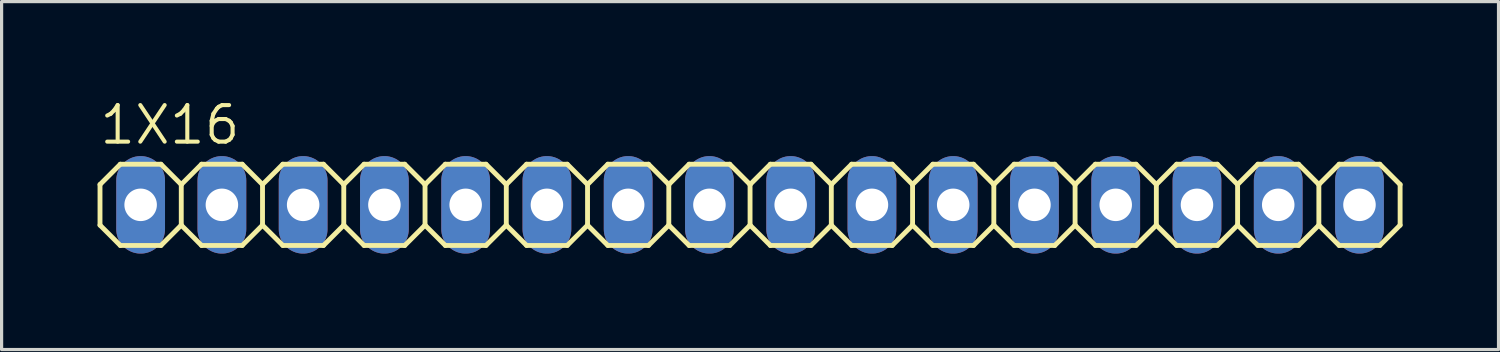
<source format=kicad_pcb>
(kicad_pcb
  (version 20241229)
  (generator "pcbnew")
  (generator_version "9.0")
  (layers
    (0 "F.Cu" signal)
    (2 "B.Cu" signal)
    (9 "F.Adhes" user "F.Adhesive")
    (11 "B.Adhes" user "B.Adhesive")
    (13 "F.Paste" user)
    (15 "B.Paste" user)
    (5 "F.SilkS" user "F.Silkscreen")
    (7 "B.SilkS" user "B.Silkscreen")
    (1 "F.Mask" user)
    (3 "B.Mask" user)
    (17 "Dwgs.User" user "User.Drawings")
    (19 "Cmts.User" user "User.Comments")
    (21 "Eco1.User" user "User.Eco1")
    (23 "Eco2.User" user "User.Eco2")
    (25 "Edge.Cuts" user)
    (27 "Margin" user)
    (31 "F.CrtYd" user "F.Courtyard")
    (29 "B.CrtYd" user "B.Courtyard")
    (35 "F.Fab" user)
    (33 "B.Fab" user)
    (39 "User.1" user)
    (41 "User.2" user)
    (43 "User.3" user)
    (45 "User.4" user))
  (footprint "1X16"
    (layer "F.Cu")
    (at 20.396 3.353)
    (property "Reference" "1X16" (at -20.396 -1.829 0) (unlocked yes) (layer "F.SilkS") (effects (font (size 1.143 1.143) (thickness 0.127)) (justify left bottom)))
    (fp_line (start -20.32 -0.635) (end -20.32 0.635) (stroke (width 0.152) (type solid)) (layer "F.SilkS"))
    (fp_line (start -20.32 0.635) (end -19.685 1.27) (stroke (width 0.152) (type solid)) (layer "F.SilkS"))
    (fp_line (start -19.685 -1.27) (end -20.32 -0.635) (stroke (width 0.152) (type solid)) (layer "F.SilkS"))
    (fp_line (start -19.685 -1.27) (end -18.415 -1.27) (stroke (width 0.152) (type solid)) (layer "F.SilkS"))
    (fp_line (start -18.415 -1.27) (end -17.78 -0.635) (stroke (width 0.152) (type solid)) (layer "F.SilkS"))
    (fp_line (start -18.415 1.27) (end -19.685 1.27) (stroke (width 0.152) (type solid)) (layer "F.SilkS"))
    (fp_line (start -17.78 -0.635) (end -17.78 0.635) (stroke (width 0.152) (type solid)) (layer "F.SilkS"))
    (fp_line (start -17.78 -0.635) (end -17.145 -1.27) (stroke (width 0.152) (type solid)) (layer "F.SilkS"))
    (fp_line (start -17.78 0.635) (end -18.415 1.27) (stroke (width 0.152) (type solid)) (layer "F.SilkS"))
    (fp_line (start -17.145 -1.27) (end -15.875 -1.27) (stroke (width 0.152) (type solid)) (layer "F.SilkS"))
    (fp_line (start -17.145 1.27) (end -17.78 0.635) (stroke (width 0.152) (type solid)) (layer "F.SilkS"))
    (fp_line (start -15.875 -1.27) (end -15.24 -0.635) (stroke (width 0.152) (type solid)) (layer "F.SilkS"))
    (fp_line (start -15.875 1.27) (end -17.145 1.27) (stroke (width 0.152) (type solid)) (layer "F.SilkS"))
    (fp_line (start -15.24 -0.635) (end -15.24 0.635) (stroke (width 0.152) (type solid)) (layer "F.SilkS"))
    (fp_line (start -15.24 -0.635) (end -14.605 -1.27) (stroke (width 0.152) (type solid)) (layer "F.SilkS"))
    (fp_line (start -15.24 0.635) (end -15.875 1.27) (stroke (width 0.152) (type solid)) (layer "F.SilkS"))
    (fp_line (start -14.605 -1.27) (end -13.335 -1.27) (stroke (width 0.152) (type solid)) (layer "F.SilkS"))
    (fp_line (start -14.605 1.27) (end -15.24 0.635) (stroke (width 0.152) (type solid)) (layer "F.SilkS"))
    (fp_line (start -13.335 -1.27) (end -12.7 -0.635) (stroke (width 0.152) (type solid)) (layer "F.SilkS"))
    (fp_line (start -13.335 1.27) (end -14.605 1.27) (stroke (width 0.152) (type solid)) (layer "F.SilkS"))
    (fp_line (start -12.7 -0.635) (end -12.7 0.635) (stroke (width 0.152) (type solid)) (layer "F.SilkS"))
    (fp_line (start -12.7 0.635) (end -13.335 1.27) (stroke (width 0.152) (type solid)) (layer "F.SilkS"))
    (fp_line (start -12.7 0.635) (end -12.065 1.27) (stroke (width 0.152) (type solid)) (layer "F.SilkS"))
    (fp_line (start -12.065 -1.27) (end -12.7 -0.635) (stroke (width 0.152) (type solid)) (layer "F.SilkS"))
    (fp_line (start -12.065 -1.27) (end -10.795 -1.27) (stroke (width 0.152) (type solid)) (layer "F.SilkS"))
    (fp_line (start -10.795 -1.27) (end -10.16 -0.635) (stroke (width 0.152) (type solid)) (layer "F.SilkS"))
    (fp_line (start -10.795 1.27) (end -12.065 1.27) (stroke (width 0.152) (type solid)) (layer "F.SilkS"))
    (fp_line (start -10.16 -0.635) (end -10.16 0.635) (stroke (width 0.152) (type solid)) (layer "F.SilkS"))
    (fp_line (start -10.16 -0.635) (end -9.525 -1.27) (stroke (width 0.152) (type solid)) (layer "F.SilkS"))
    (fp_line (start -10.16 0.635) (end -10.795 1.27) (stroke (width 0.152) (type solid)) (layer "F.SilkS"))
    (fp_line (start -9.525 -1.27) (end -8.255 -1.27) (stroke (width 0.152) (type solid)) (layer "F.SilkS"))
    (fp_line (start -9.525 1.27) (end -10.16 0.635) (stroke (width 0.152) (type solid)) (layer "F.SilkS"))
    (fp_line (start -8.255 -1.27) (end -7.62 -0.635) (stroke (width 0.152) (type solid)) (layer "F.SilkS"))
    (fp_line (start -8.255 1.27) (end -9.525 1.27) (stroke (width 0.152) (type solid)) (layer "F.SilkS"))
    (fp_line (start -7.62 -0.635) (end -7.62 0.635) (stroke (width 0.152) (type solid)) (layer "F.SilkS"))
    (fp_line (start -7.62 -0.635) (end -6.985 -1.27) (stroke (width 0.152) (type solid)) (layer "F.SilkS"))
    (fp_line (start -7.62 0.635) (end -8.255 1.27) (stroke (width 0.152) (type solid)) (layer "F.SilkS"))
    (fp_line (start -6.985 -1.27) (end -5.715 -1.27) (stroke (width 0.152) (type solid)) (layer "F.SilkS"))
    (fp_line (start -6.985 1.27) (end -7.62 0.635) (stroke (width 0.152) (type solid)) (layer "F.SilkS"))
    (fp_line (start -5.715 -1.27) (end -5.08 -0.635) (stroke (width 0.152) (type solid)) (layer "F.SilkS"))
    (fp_line (start -5.715 1.27) (end -6.985 1.27) (stroke (width 0.152) (type solid)) (layer "F.SilkS"))
    (fp_line (start -5.08 -0.635) (end -5.08 0.635) (stroke (width 0.152) (type solid)) (layer "F.SilkS"))
    (fp_line (start -5.08 0.635) (end -5.715 1.27) (stroke (width 0.152) (type solid)) (layer "F.SilkS"))
    (fp_line (start -5.08 0.635) (end -4.445 1.27) (stroke (width 0.152) (type solid)) (layer "F.SilkS"))
    (fp_line (start -4.445 -1.27) (end -5.08 -0.635) (stroke (width 0.152) (type solid)) (layer "F.SilkS"))
    (fp_line (start -4.445 -1.27) (end -3.175 -1.27) (stroke (width 0.152) (type solid)) (layer "F.SilkS"))
    (fp_line (start -3.175 -1.27) (end -2.54 -0.635) (stroke (width 0.152) (type solid)) (layer "F.SilkS"))
    (fp_line (start -3.175 1.27) (end -4.445 1.27) (stroke (width 0.152) (type solid)) (layer "F.SilkS"))
    (fp_line (start -2.54 -0.635) (end -2.54 0.635) (stroke (width 0.152) (type solid)) (layer "F.SilkS"))
    (fp_line (start -2.54 -0.635) (end -1.905 -1.27) (stroke (width 0.152) (type solid)) (layer "F.SilkS"))
    (fp_line (start -2.54 0.635) (end -3.175 1.27) (stroke (width 0.152) (type solid)) (layer "F.SilkS"))
    (fp_line (start -1.905 -1.27) (end -0.635 -1.27) (stroke (width 0.152) (type solid)) (layer "F.SilkS"))
    (fp_line (start -1.905 1.27) (end -2.54 0.635) (stroke (width 0.152) (type solid)) (layer "F.SilkS"))
    (fp_line (start -0.635 -1.27) (end 0 -0.635) (stroke (width 0.152) (type solid)) (layer "F.SilkS"))
    (fp_line (start -0.635 1.27) (end -1.905 1.27) (stroke (width 0.152) (type solid)) (layer "F.SilkS"))
    (fp_line (start 0 -0.635) (end 0 0.635) (stroke (width 0.152) (type solid)) (layer "F.SilkS"))
    (fp_line (start 0 -0.635) (end 0.635 -1.27) (stroke (width 0.152) (type solid)) (layer "F.SilkS"))
    (fp_line (start 0 0.635) (end -0.635 1.27) (stroke (width 0.152) (type solid)) (layer "F.SilkS"))
    (fp_line (start 0.635 -1.27) (end 1.905 -1.27) (stroke (width 0.152) (type solid)) (layer "F.SilkS"))
    (fp_line (start 0.635 1.27) (end 0 0.635) (stroke (width 0.152) (type solid)) (layer "F.SilkS"))
    (fp_line (start 1.905 -1.27) (end 2.54 -0.635) (stroke (width 0.152) (type solid)) (layer "F.SilkS"))
    (fp_line (start 1.905 1.27) (end 0.635 1.27) (stroke (width 0.152) (type solid)) (layer "F.SilkS"))
    (fp_line (start 2.54 -0.635) (end 2.54 0.635) (stroke (width 0.152) (type solid)) (layer "F.SilkS"))
    (fp_line (start 2.54 0.635) (end 1.905 1.27) (stroke (width 0.152) (type solid)) (layer "F.SilkS"))
    (fp_line (start 2.54 0.635) (end 3.175 1.27) (stroke (width 0.152) (type solid)) (layer "F.SilkS"))
    (fp_line (start 3.175 -1.27) (end 2.54 -0.635) (stroke (width 0.152) (type solid)) (layer "F.SilkS"))
    (fp_line (start 3.175 -1.27) (end 4.445 -1.27) (stroke (width 0.152) (type solid)) (layer "F.SilkS"))
    (fp_line (start 4.445 -1.27) (end 5.08 -0.635) (stroke (width 0.152) (type solid)) (layer "F.SilkS"))
    (fp_line (start 4.445 1.27) (end 3.175 1.27) (stroke (width 0.152) (type solid)) (layer "F.SilkS"))
    (fp_line (start 5.08 -0.635) (end 5.08 0.635) (stroke (width 0.152) (type solid)) (layer "F.SilkS"))
    (fp_line (start 5.08 -0.635) (end 5.715 -1.27) (stroke (width 0.152) (type solid)) (layer "F.SilkS"))
    (fp_line (start 5.08 0.635) (end 4.445 1.27) (stroke (width 0.152) (type solid)) (layer "F.SilkS"))
    (fp_line (start 5.715 -1.27) (end 6.985 -1.27) (stroke (width 0.152) (type solid)) (layer "F.SilkS"))
    (fp_line (start 5.715 1.27) (end 5.08 0.635) (stroke (width 0.152) (type solid)) (layer "F.SilkS"))
    (fp_line (start 6.985 -1.27) (end 7.62 -0.635) (stroke (width 0.152) (type solid)) (layer "F.SilkS"))
    (fp_line (start 6.985 1.27) (end 5.715 1.27) (stroke (width 0.152) (type solid)) (layer "F.SilkS"))
    (fp_line (start 7.62 -0.635) (end 7.62 0.635) (stroke (width 0.152) (type solid)) (layer "F.SilkS"))
    (fp_line (start 7.62 -0.635) (end 8.255 -1.27) (stroke (width 0.152) (type solid)) (layer "F.SilkS"))
    (fp_line (start 7.62 0.635) (end 6.985 1.27) (stroke (width 0.152) (type solid)) (layer "F.SilkS"))
    (fp_line (start 8.255 -1.27) (end 9.525 -1.27) (stroke (width 0.152) (type solid)) (layer "F.SilkS"))
    (fp_line (start 8.255 1.27) (end 7.62 0.635) (stroke (width 0.152) (type solid)) (layer "F.SilkS"))
    (fp_line (start 9.525 -1.27) (end 10.16 -0.635) (stroke (width 0.152) (type solid)) (layer "F.SilkS"))
    (fp_line (start 9.525 1.27) (end 8.255 1.27) (stroke (width 0.152) (type solid)) (layer "F.SilkS"))
    (fp_line (start 10.16 -0.635) (end 10.16 0.635) (stroke (width 0.152) (type solid)) (layer "F.SilkS"))
    (fp_line (start 10.16 0.635) (end 9.525 1.27) (stroke (width 0.152) (type solid)) (layer "F.SilkS"))
    (fp_line (start 10.16 0.635) (end 10.795 1.27) (stroke (width 0.152) (type solid)) (layer "F.SilkS"))
    (fp_line (start 10.795 -1.27) (end 10.16 -0.635) (stroke (width 0.152) (type solid)) (layer "F.SilkS"))
    (fp_line (start 10.795 -1.27) (end 12.065 -1.27) (stroke (width 0.152) (type solid)) (layer "F.SilkS"))
    (fp_line (start 12.065 -1.27) (end 12.7 -0.635) (stroke (width 0.152) (type solid)) (layer "F.SilkS"))
    (fp_line (start 12.065 1.27) (end 10.795 1.27) (stroke (width 0.152) (type solid)) (layer "F.SilkS"))
    (fp_line (start 12.7 -0.635) (end 12.7 0.635) (stroke (width 0.152) (type solid)) (layer "F.SilkS"))
    (fp_line (start 12.7 -0.635) (end 13.335 -1.27) (stroke (width 0.152) (type solid)) (layer "F.SilkS"))
    (fp_line (start 12.7 0.635) (end 12.065 1.27) (stroke (width 0.152) (type solid)) (layer "F.SilkS"))
    (fp_line (start 13.335 -1.27) (end 14.605 -1.27) (stroke (width 0.152) (type solid)) (layer "F.SilkS"))
    (fp_line (start 13.335 1.27) (end 12.7 0.635) (stroke (width 0.152) (type solid)) (layer "F.SilkS"))
    (fp_line (start 14.605 -1.27) (end 15.24 -0.635) (stroke (width 0.152) (type solid)) (layer "F.SilkS"))
    (fp_line (start 14.605 1.27) (end 13.335 1.27) (stroke (width 0.152) (type solid)) (layer "F.SilkS"))
    (fp_line (start 15.24 -0.635) (end 15.24 0.635) (stroke (width 0.152) (type solid)) (layer "F.SilkS"))
    (fp_line (start 15.24 -0.635) (end 15.875 -1.27) (stroke (width 0.152) (type solid)) (layer "F.SilkS"))
    (fp_line (start 15.24 0.635) (end 14.605 1.27) (stroke (width 0.152) (type solid)) (layer "F.SilkS"))
    (fp_line (start 15.875 -1.27) (end 17.145 -1.27) (stroke (width 0.152) (type solid)) (layer "F.SilkS"))
    (fp_line (start 15.875 1.27) (end 15.24 0.635) (stroke (width 0.152) (type solid)) (layer "F.SilkS"))
    (fp_line (start 17.145 -1.27) (end 17.78 -0.635) (stroke (width 0.152) (type solid)) (layer "F.SilkS"))
    (fp_line (start 17.145 1.27) (end 15.875 1.27) (stroke (width 0.152) (type solid)) (layer "F.SilkS"))
    (fp_line (start 17.78 -0.635) (end 17.78 0.635) (stroke (width 0.152) (type solid)) (layer "F.SilkS"))
    (fp_line (start 17.78 -0.635) (end 18.415 -1.27) (stroke (width 0.152) (type solid)) (layer "F.SilkS"))
    (fp_line (start 17.78 0.635) (end 17.145 1.27) (stroke (width 0.152) (type solid)) (layer "F.SilkS"))
    (fp_line (start 18.415 -1.27) (end 19.685 -1.27) (stroke (width 0.152) (type solid)) (layer "F.SilkS"))
    (fp_line (start 18.415 1.27) (end 17.78 0.635) (stroke (width 0.152) (type solid)) (layer "F.SilkS"))
    (fp_line (start 19.685 -1.27) (end 20.32 -0.635) (stroke (width 0.152) (type solid)) (layer "F.SilkS"))
    (fp_line (start 19.685 1.27) (end 18.415 1.27) (stroke (width 0.152) (type solid)) (layer "F.SilkS"))
    (fp_line (start 20.32 -0.635) (end 20.32 0.635) (stroke (width 0.152) (type solid)) (layer "F.SilkS"))
    (fp_line (start 20.32 0.635) (end 19.685 1.27) (stroke (width 0.152) (type solid)) (layer "F.SilkS"))
    (fp_poly (pts (xy -19.304 0.254) (xy -18.796 0.254) (xy -18.796 -0.254) (xy -19.304 -0.254)) (stroke (width 0.1) (type default)) (fill no) (layer "F.Fab"))
    (fp_poly (pts (xy -16.764 0.254) (xy -16.256 0.254) (xy -16.256 -0.254) (xy -16.764 -0.254)) (stroke (width 0.1) (type default)) (fill no) (layer "F.Fab"))
    (fp_poly (pts (xy -14.224 0.254) (xy -13.716 0.254) (xy -13.716 -0.254) (xy -14.224 -0.254)) (stroke (width 0.1) (type default)) (fill no) (layer "F.Fab"))
    (fp_poly (pts (xy -11.684 0.254) (xy -11.176 0.254) (xy -11.176 -0.254) (xy -11.684 -0.254)) (stroke (width 0.1) (type default)) (fill no) (layer "F.Fab"))
    (fp_poly (pts (xy -9.144 0.254) (xy -8.636 0.254) (xy -8.636 -0.254) (xy -9.144 -0.254)) (stroke (width 0.1) (type default)) (fill no) (layer "F.Fab"))
    (fp_poly (pts (xy -6.604 0.254) (xy -6.096 0.254) (xy -6.096 -0.254) (xy -6.604 -0.254)) (stroke (width 0.1) (type default)) (fill no) (layer "F.Fab"))
    (fp_poly (pts (xy -4.064 0.254) (xy -3.556 0.254) (xy -3.556 -0.254) (xy -4.064 -0.254)) (stroke (width 0.1) (type default)) (fill no) (layer "F.Fab"))
    (fp_poly (pts (xy -1.524 0.254) (xy -1.016 0.254) (xy -1.016 -0.254) (xy -1.524 -0.254)) (stroke (width 0.1) (type default)) (fill no) (layer "F.Fab"))
    (fp_poly (pts (xy 1.016 0.254) (xy 1.524 0.254) (xy 1.524 -0.254) (xy 1.016 -0.254)) (stroke (width 0.1) (type default)) (fill no) (layer "F.Fab"))
    (fp_poly (pts (xy 3.556 0.254) (xy 4.064 0.254) (xy 4.064 -0.254) (xy 3.556 -0.254)) (stroke (width 0.1) (type default)) (fill no) (layer "F.Fab"))
    (fp_poly (pts (xy 6.096 0.254) (xy 6.604 0.254) (xy 6.604 -0.254) (xy 6.096 -0.254)) (stroke (width 0.1) (type default)) (fill no) (layer "F.Fab"))
    (fp_poly (pts (xy 8.636 0.254) (xy 9.144 0.254) (xy 9.144 -0.254) (xy 8.636 -0.254)) (stroke (width 0.1) (type default)) (fill no) (layer "F.Fab"))
    (fp_poly (pts (xy 11.176 0.254) (xy 11.684 0.254) (xy 11.684 -0.254) (xy 11.176 -0.254)) (stroke (width 0.1) (type default)) (fill no) (layer "F.Fab"))
    (fp_poly (pts (xy 13.716 0.254) (xy 14.224 0.254) (xy 14.224 -0.254) (xy 13.716 -0.254)) (stroke (width 0.1) (type default)) (fill no) (layer "F.Fab"))
    (fp_poly (pts (xy 16.256 0.254) (xy 16.764 0.254) (xy 16.764 -0.254) (xy 16.256 -0.254)) (stroke (width 0.1) (type default)) (fill no) (layer "F.Fab"))
    (fp_poly (pts (xy 18.796 0.254) (xy 19.304 0.254) (xy 19.304 -0.254) (xy 18.796 -0.254)) (stroke (width 0.1) (type default)) (fill no) (layer "F.Fab"))
    (pad "1" thru_hole oval (at -19.05 0 90) (size 3.048 1.524) (drill 1.016) (layers "*.Cu" "*.Mask"))
    (pad "2" thru_hole oval (at -16.51 0 90) (size 3.048 1.524) (drill 1.016) (layers "*.Cu" "*.Mask"))
    (pad "3" thru_hole oval (at -13.97 0 90) (size 3.048 1.524) (drill 1.016) (layers "*.Cu" "*.Mask"))
    (pad "4" thru_hole oval (at -11.43 0 90) (size 3.048 1.524) (drill 1.016) (layers "*.Cu" "*.Mask"))
    (pad "5" thru_hole oval (at -8.89 0 90) (size 3.048 1.524) (drill 1.016) (layers "*.Cu" "*.Mask"))
    (pad "6" thru_hole oval (at -6.35 0 90) (size 3.048 1.524) (drill 1.016) (layers "*.Cu" "*.Mask"))
    (pad "7" thru_hole oval (at -3.81 0 90) (size 3.048 1.524) (drill 1.016) (layers "*.Cu" "*.Mask"))
    (pad "8" thru_hole oval (at -1.27 0 90) (size 3.048 1.524) (drill 1.016) (layers "*.Cu" "*.Mask"))
    (pad "9" thru_hole oval (at 1.27 0 90) (size 3.048 1.524) (drill 1.016) (layers "*.Cu" "*.Mask"))
    (pad "10" thru_hole oval (at 3.81 0 90) (size 3.048 1.524) (drill 1.016) (layers "*.Cu" "*.Mask"))
    (pad "11" thru_hole oval (at 6.35 0 90) (size 3.048 1.524) (drill 1.016) (layers "*.Cu" "*.Mask"))
    (pad "12" thru_hole oval (at 8.89 0 90) (size 3.048 1.524) (drill 1.016) (layers "*.Cu" "*.Mask"))
    (pad "13" thru_hole oval (at 11.43 0 90) (size 3.048 1.524) (drill 1.016) (layers "*.Cu" "*.Mask"))
    (pad "14" thru_hole oval (at 13.97 0 90) (size 3.048 1.524) (drill 1.016) (layers "*.Cu" "*.Mask"))
    (pad "15" thru_hole oval (at 16.51 0 90) (size 3.048 1.524) (drill 1.016) (layers "*.Cu" "*.Mask"))
    (pad "16" thru_hole oval (at 19.05 0 90) (size 3.048 1.524) (drill 1.016) (layers "*.Cu" "*.Mask")))
  (gr_rect
    (start -3 -3)
    (end 43.792 7.877)
    (stroke (width 0.1) (type default))
    (fill no)
    (layer "Edge.Cuts")))
</source>
